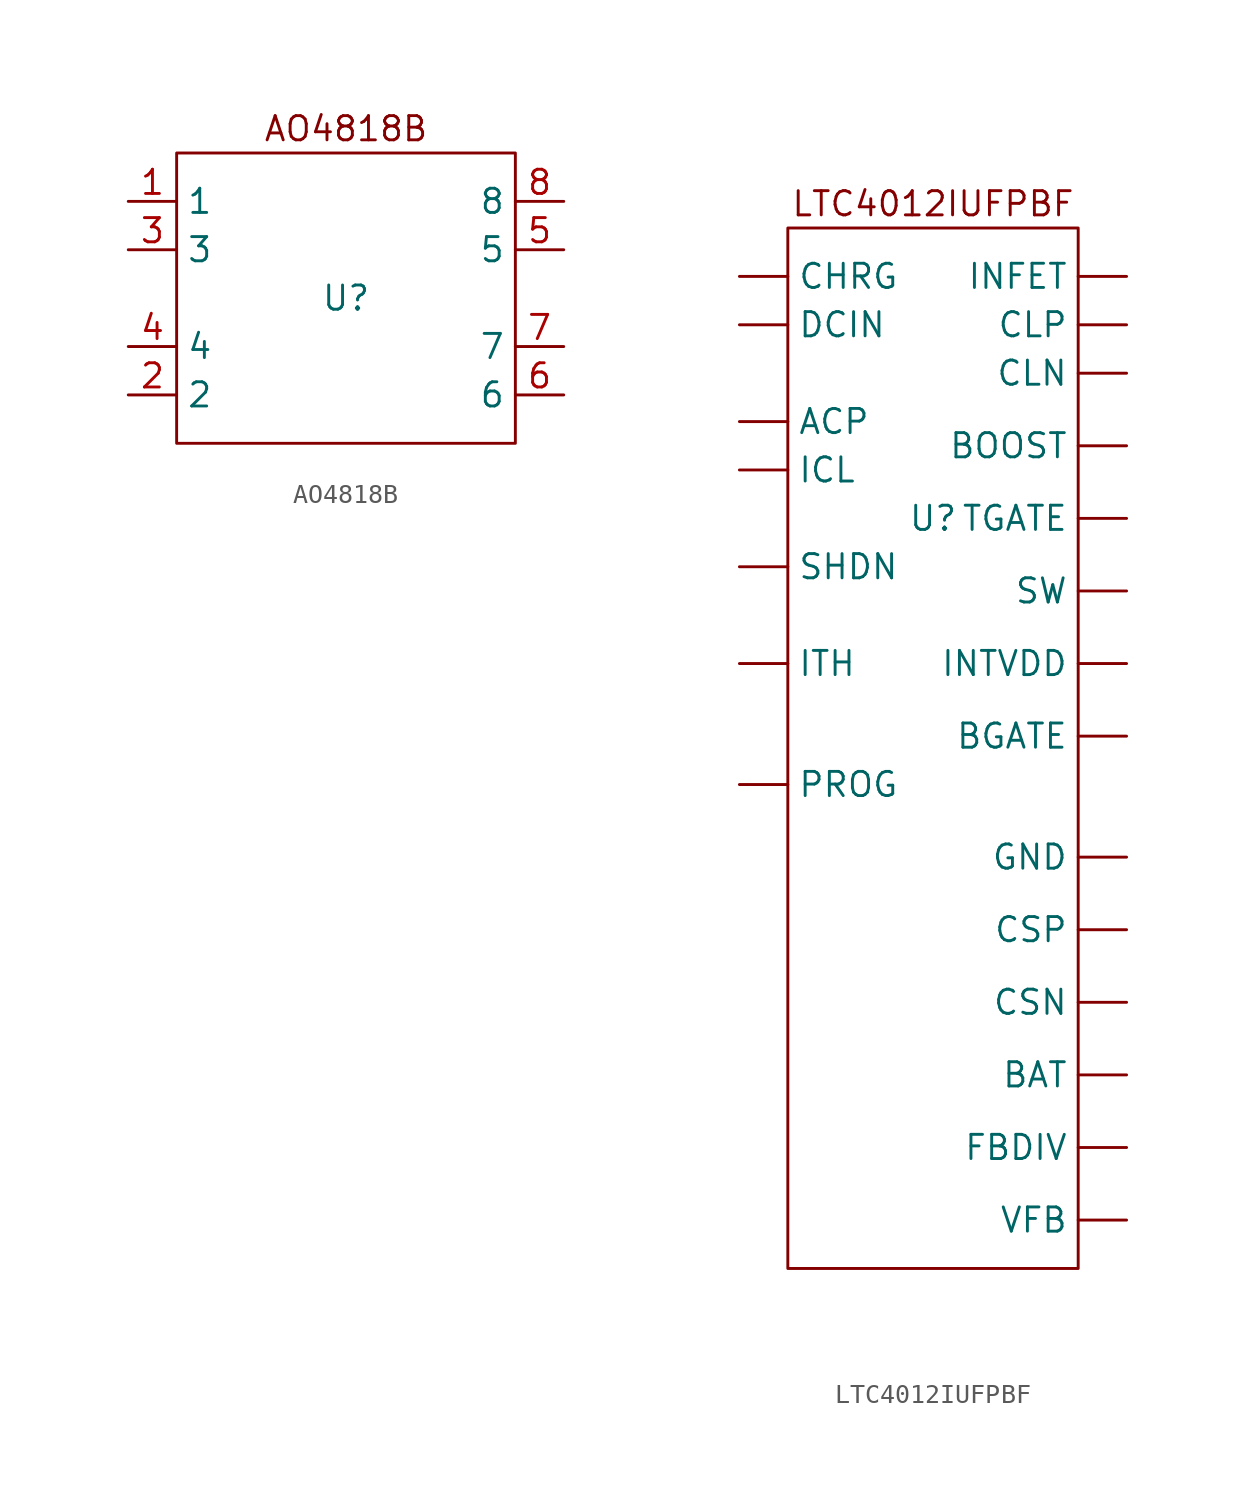
<source format=kicad_sym>
(kicad_symbol_lib
  (version 20231120)
  (generator "kicad_symbol_editor")
  (generator_version "8.0")
  (symbol "AO4818B"
    (property "Reference" "U"
      (at 0 0 0)
      (effects (font (size 1.27 1.27))))
    (property "Value" ""
      (at 0 0 0)
      (effects (font (size 1.27 1.27))))
    (symbol "AO4818B_0_1"
      (rectangle (start -8.89 7.62) (end 8.89 -7.62) (stroke (width 0) (type default)) (fill (type none))))
    (symbol "AO4818B_1_1"
      (text "AO4818B" (at 0 8.89 0) (effects (font (size 1.27 1.27))))
      (pin input line (at -11.43 5.08 0) (length 2.54) (name "1" (effects (font (size 1.27 1.27)))) (number "1" (effects (font (size 1.27 1.27)))))
      (pin input line (at -11.43 -5.08 0) (length 2.54) (name "2" (effects (font (size 1.27 1.27)))) (number "2" (effects (font (size 1.27 1.27)))))
      (pin input line (at -11.43 2.54 0) (length 2.54) (name "3" (effects (font (size 1.27 1.27)))) (number "3" (effects (font (size 1.27 1.27)))))
      (pin input line (at -11.43 -2.54 0) (length 2.54) (name "4" (effects (font (size 1.27 1.27)))) (number "4" (effects (font (size 1.27 1.27)))))
      (pin input line (at 11.43 2.54 180) (length 2.54) (name "5" (effects (font (size 1.27 1.27)))) (number "5" (effects (font (size 1.27 1.27)))))
      (pin input line (at 11.43 -5.08 180) (length 2.54) (name "6" (effects (font (size 1.27 1.27)))) (number "6" (effects (font (size 1.27 1.27)))))
      (pin input line (at 11.43 -2.54 180) (length 2.54) (name "7" (effects (font (size 1.27 1.27)))) (number "7" (effects (font (size 1.27 1.27)))))
      (pin input line (at 11.43 5.08 180) (length 2.54) (name "8" (effects (font (size 1.27 1.27)))) (number "8" (effects (font (size 1.27 1.27)))))))
  (symbol "LTC4012IUFPBF"
    (property "Reference" "U"
      (at 0 0 0)
      (effects (font (size 1.27 1.27))))
    (property "Value" ""
      (at 0 0 0)
      (effects (font (size 1.27 1.27))))
    (symbol "LTC4012IUFPBF_0_1"
      (rectangle (start -7.62 15.24) (end 7.62 -39.37) (stroke (width 0) (type default)) (fill (type none))))
    (symbol "LTC4012IUFPBF_1_1"
      (text "LTC4012IUFPBF" (at 0 16.51 0) (effects (font (size 1.27 1.27))))
      (pin input line (at 10.16 7.62 180) (length 2.54) (name "CLN" (effects (font (size 1.27 1.27)))) (number "1" (effects (font (size 0 0)))))
      (pin input line (at 10.16 -33.02 180) (length 2.54) (name "FBDIV" (effects (font (size 1.27 1.27)))) (number "10" (effects (font (size 0 0)))))
      (pin input line (at 10.16 -29.21 180) (length 2.54) (name "BAT" (effects (font (size 1.27 1.27)))) (number "11" (effects (font (size 0 0)))))
      (pin input line (at -10.16 -7.62 0) (length 2.54) (name "ITH" (effects (font (size 1.27 1.27)))) (number "12" (effects (font (size 0 0)))))
      (pin input line (at -10.16 -13.97 0) (length 2.54) (name "PROG" (effects (font (size 1.27 1.27)))) (number "13" (effects (font (size 0 0)))))
      (pin input line (at 10.16 -25.4 180) (length 2.54) (name "CSN" (effects (font (size 1.27 1.27)))) (number "14" (effects (font (size 0 0)))))
      (pin input line (at 10.16 -21.59 180) (length 2.54) (name "CSP" (effects (font (size 1.27 1.27)))) (number "15" (effects (font (size 0 0)))))
      (pin input line (at 10.16 -11.43 180) (length 2.54) (name "BGATE" (effects (font (size 1.27 1.27)))) (number "16" (effects (font (size 0 0)))))
      (pin input line (at 10.16 -7.62 180) (length 2.54) (name "INTVDD" (effects (font (size 1.27 1.27)))) (number "17" (effects (font (size 0 0)))))
      (pin input line (at 10.16 -3.81 180) (length 2.54) (name "SW" (effects (font (size 1.27 1.27)))) (number "18" (effects (font (size 0 0)))))
      (pin input line (at 10.16 0 180) (length 2.54) (name "TGATE" (effects (font (size 1.27 1.27)))) (number "19" (effects (font (size 0 0)))))
      (pin input line (at 10.16 10.16 180) (length 2.54) (name "CLP" (effects (font (size 1.27 1.27)))) (number "2" (effects (font (size 0 0)))))
      (pin input line (at 10.16 3.81 180) (length 2.54) (name "BOOST" (effects (font (size 1.27 1.27)))) (number "20" (effects (font (size 0 0)))))
      (pin input line (at 10.16 -17.78 180) (length 2.54) (name "GND" (effects (font (size 1.27 1.27)))) (number "21" (effects (font (size 0 0)))))
      (pin input line (at 10.16 12.7 180) (length 2.54) (name "INFET" (effects (font (size 1.27 1.27)))) (number "3" (effects (font (size 0 0)))))
      (pin input line (at -10.16 10.16 0) (length 2.54) (name "DCIN" (effects (font (size 1.27 1.27)))) (number "4" (effects (font (size 0 0)))))
      (pin input line (at -10.16 5.08 0) (length 2.54) (name "ACP" (effects (font (size 1.27 1.27)))) (number "5" (effects (font (size 0 0)))))
      (pin input line (at -10.16 -2.54 0) (length 2.54) (name "SHDN" (effects (font (size 1.27 1.27)))) (number "6" (effects (font (size 0 0)))))
      (pin input line (at -10.16 12.7 0) (length 2.54) (name "CHRG" (effects (font (size 1.27 1.27)))) (number "7" (effects (font (size 0 0)))))
      (pin input line (at -10.16 2.54 0) (length 2.54) (name "ICL" (effects (font (size 1.27 1.27)))) (number "8" (effects (font (size 0 0)))))
      (pin input line (at 10.16 -36.83 180) (length 2.54) (name "VFB" (effects (font (size 1.27 1.27)))) (number "9" (effects (font (size 0 0))))))))
</source>
